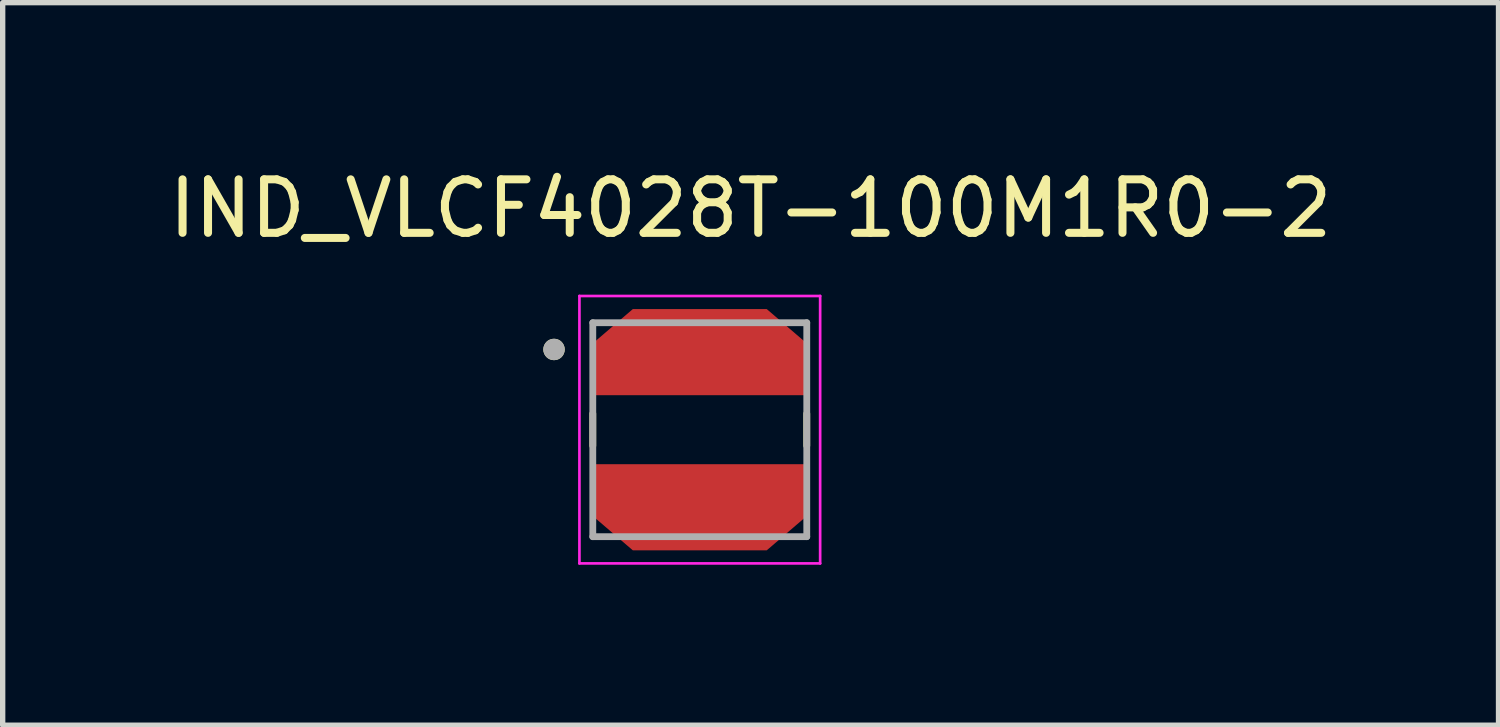
<source format=kicad_pcb>
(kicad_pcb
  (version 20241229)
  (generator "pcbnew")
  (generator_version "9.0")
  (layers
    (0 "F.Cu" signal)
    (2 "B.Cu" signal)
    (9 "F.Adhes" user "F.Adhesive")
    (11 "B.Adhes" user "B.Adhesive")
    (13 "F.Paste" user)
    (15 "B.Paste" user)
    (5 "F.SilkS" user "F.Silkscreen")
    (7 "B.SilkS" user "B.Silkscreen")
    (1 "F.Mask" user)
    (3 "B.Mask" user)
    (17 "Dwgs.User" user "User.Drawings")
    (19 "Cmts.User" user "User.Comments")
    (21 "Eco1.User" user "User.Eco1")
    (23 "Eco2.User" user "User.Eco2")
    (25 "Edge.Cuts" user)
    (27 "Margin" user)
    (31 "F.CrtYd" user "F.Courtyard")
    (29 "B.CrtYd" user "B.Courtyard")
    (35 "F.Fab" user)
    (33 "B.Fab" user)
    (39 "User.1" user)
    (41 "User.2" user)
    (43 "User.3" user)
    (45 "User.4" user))
  (footprint "IND_VLCF4028T-100M1R0-2"
    (layer "F.Cu")
    (at 10.032 4.983)
    (property "Reference" "IND_VLCF4028T-100M1R0-2" (at 0.95 -4.135 0) (layer "F.SilkS") (effects (font (size 1 1) (thickness 0.15))))
    (attr smd)
    (fp_poly (pts (xy -2.05 -1.7) (xy -2.05 -0.55) (xy 2.05 -0.55) (xy 2.05 -1.7) (xy 1.3 -2.35) (xy -1.3 -2.35)) (stroke (width 0.01) (type solid)) (fill yes) (layer "F.Mask"))
    (fp_poly (pts (xy -1.3 2.35) (xy -2.05 1.7) (xy -2.05 0.55) (xy 2.05 0.55) (xy 2.05 1.7) (xy 1.3 2.35)) (stroke (width 0.01) (type solid)) (fill yes) (layer "F.Mask"))
    (fp_line (start -2 -0.3) (end -2 0.3) (stroke (width 0.127) (type solid)) (layer "F.SilkS"))
    (fp_line (start 2 -0.3) (end 2 0.3) (stroke (width 0.127) (type solid)) (layer "F.SilkS"))
    (fp_circle (center -2.725 -1.5) (end -2.625 -1.5) (stroke (width 0.2) (type solid)) (fill no) (layer "F.SilkS"))
    (fp_poly (pts (xy -1.95 -1.65) (xy -1.95 -0.65) (xy 1.95 -0.65) (xy 1.95 -1.65) (xy 1.25 -2.25) (xy -1.25 -2.25)) (stroke (width 0.01) (type solid)) (fill yes) (layer "F.Paste"))
    (fp_poly (pts (xy -1.95 0.65) (xy -1.95 1.65) (xy -1.25 2.25) (xy 1.25 2.25) (xy 1.95 1.65) (xy 1.95 0.65)) (stroke (width 0.01) (type solid)) (fill yes) (layer "F.Paste"))
    (fp_line (start -2.25 -2.5) (end -2.25 2.5) (stroke (width 0.05) (type solid)) (layer "F.CrtYd"))
    (fp_line (start -2.25 2.5) (end 2.25 2.5) (stroke (width 0.05) (type solid)) (layer "F.CrtYd"))
    (fp_line (start 2.25 -2.5) (end -2.25 -2.5) (stroke (width 0.05) (type solid)) (layer "F.CrtYd"))
    (fp_line (start 2.25 2.5) (end 2.25 -2.5) (stroke (width 0.05) (type solid)) (layer "F.CrtYd"))
    (fp_line (start -2 -2) (end -2 2) (stroke (width 0.127) (type solid)) (layer "F.Fab"))
    (fp_line (start -2 2) (end 2 2) (stroke (width 0.127) (type solid)) (layer "F.Fab"))
    (fp_line (start 2 -2) (end -2 -2) (stroke (width 0.127) (type solid)) (layer "F.Fab"))
    (fp_line (start 2 2) (end 2 -2) (stroke (width 0.127) (type solid)) (layer "F.Fab"))
    (fp_circle (center -2.725 -1.5) (end -2.625 -1.5) (stroke (width 0.2) (type solid)) (fill no) (layer "F.Fab"))
    (pad "1" smd custom (at 0 -1.5) (size 0.8 0.8) (layers "F.Cu") (options (anchor rect)) (primitives (gr_poly (pts (xy -1.95 -0.15) (xy -1.95 0.85) (xy 1.95 0.85) (xy 1.95 -0.15) (xy 1.25 -0.75) (xy -1.25 -0.75)) (width 0.01) (fill yes))))
    (pad "2" smd custom (at 0 1.5) (size 0.8 0.8) (layers "F.Cu") (options (anchor rect)) (primitives (gr_poly (pts (xy -1.25 0.75) (xy -1.95 0.15) (xy -1.95 -0.85) (xy 1.95 -0.85) (xy 1.95 0.15) (xy 1.25 0.75)) (width 0.01) (fill yes)))))
  (gr_rect
    (start -3 -3)
    (end 24.964 10.508)
    (stroke (width 0.1) (type default))
    (fill no)
    (layer "Edge.Cuts")))
</source>
